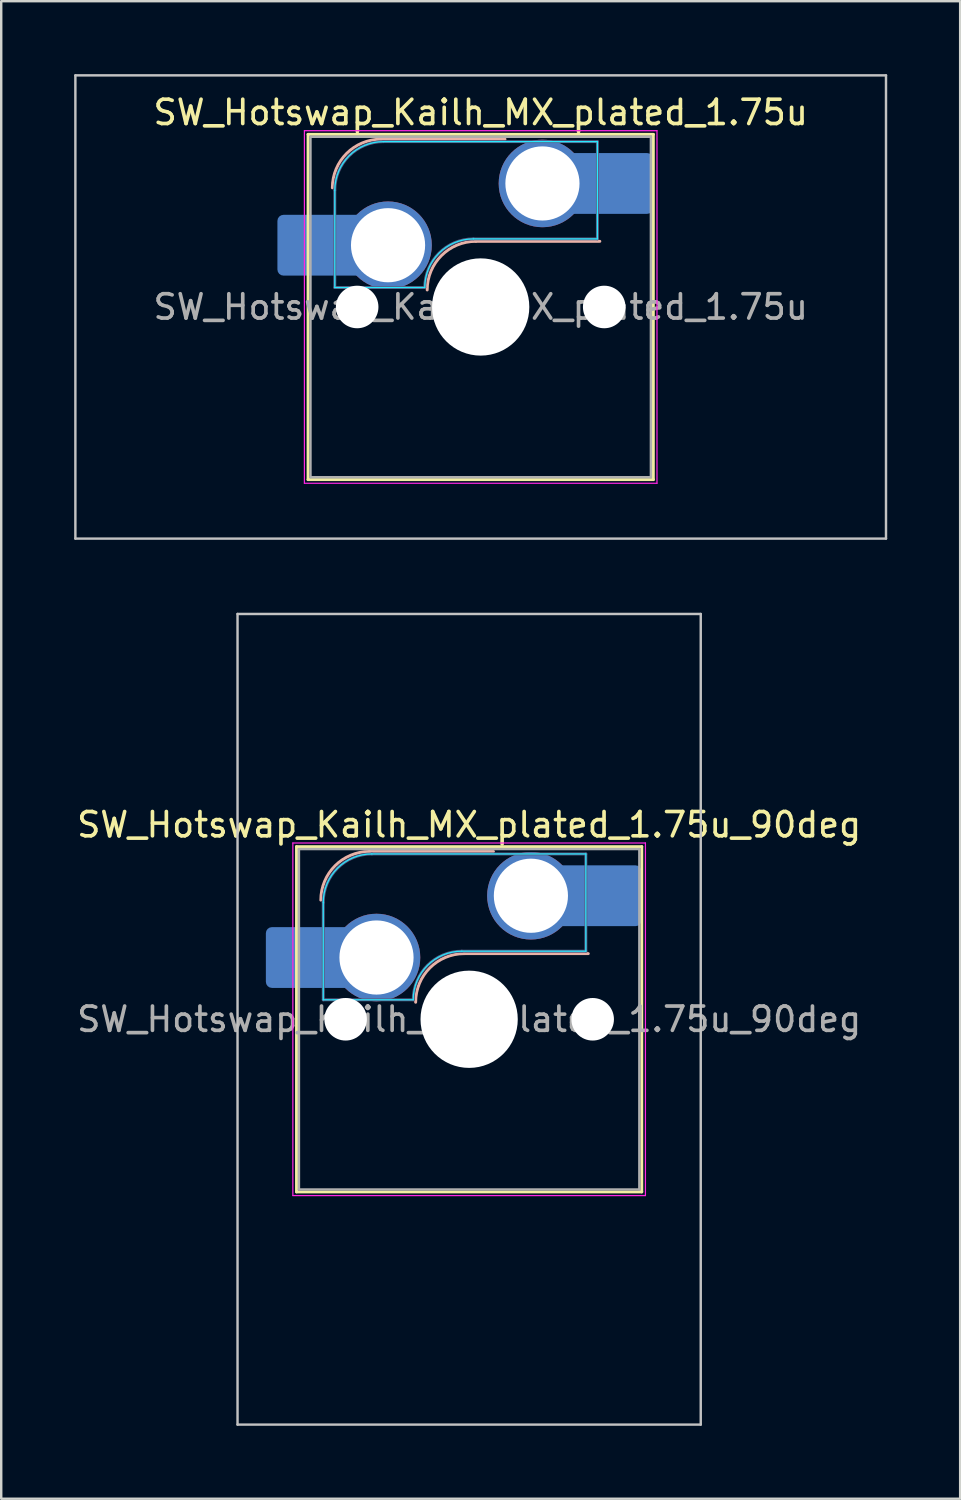
<source format=kicad_pcb>
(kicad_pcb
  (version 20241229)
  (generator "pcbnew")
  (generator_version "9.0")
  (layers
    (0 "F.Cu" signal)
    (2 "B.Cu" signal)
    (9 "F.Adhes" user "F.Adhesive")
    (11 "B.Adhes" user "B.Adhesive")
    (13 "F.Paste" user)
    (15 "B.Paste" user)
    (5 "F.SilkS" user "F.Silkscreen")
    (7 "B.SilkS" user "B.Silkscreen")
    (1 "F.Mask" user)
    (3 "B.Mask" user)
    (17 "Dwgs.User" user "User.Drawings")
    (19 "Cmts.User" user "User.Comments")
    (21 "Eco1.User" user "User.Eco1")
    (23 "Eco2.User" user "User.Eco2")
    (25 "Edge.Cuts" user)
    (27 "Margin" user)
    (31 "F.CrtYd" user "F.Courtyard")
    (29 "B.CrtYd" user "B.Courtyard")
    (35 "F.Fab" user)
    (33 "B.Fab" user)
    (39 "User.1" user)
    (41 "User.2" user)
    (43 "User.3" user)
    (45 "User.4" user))
  (footprint "SW_Hotswap_Kailh_MX_plated_1.75u_90deg"
    (layer "F.Cu")
    (at 16.244 38.869)
    (property "Reference" "SW_Hotswap_Kailh_MX_plated_1.75u_90deg" (at 0 -8 0) (layer "F.SilkS") (effects (font (size 1 1) (thickness 0.15))))
    (attr smd)
    (fp_line (start -7.1 -7.1) (end -7.1 7.1) (stroke (width 0.12) (type solid)) (layer "F.SilkS"))
    (fp_line (start -7.1 7.1) (end 7.1 7.1) (stroke (width 0.12) (type solid)) (layer "F.SilkS"))
    (fp_line (start 7.1 -7.1) (end -7.1 -7.1) (stroke (width 0.12) (type solid)) (layer "F.SilkS"))
    (fp_line (start 7.1 7.1) (end 7.1 -7.1) (stroke (width 0.12) (type solid)) (layer "F.SilkS"))
    (fp_line (start -4.1 -6.9) (end 1 -6.9) (stroke (width 0.12) (type solid)) (layer "B.SilkS"))
    (fp_line (start -0.2 -2.7) (end 4.9 -2.7) (stroke (width 0.12) (type solid)) (layer "B.SilkS"))
    (fp_arc (start -6.1 -4.9) (mid -5.514214 -6.314214) (end -4.1 -6.9) (stroke (width 0.12) (type solid)) (layer "B.SilkS"))
    (fp_arc (start -2.2 -0.7) (mid -1.614214 -2.114214) (end -0.2 -2.7) (stroke (width 0.12) (type solid)) (layer "B.SilkS"))
    (fp_line (start -9.525 -16.669) (end 9.525 -16.669) (stroke (width 0.1) (type solid)) (layer "Dwgs.User"))
    (fp_line (start -9.525 16.669) (end -9.525 -16.669) (stroke (width 0.1) (type solid)) (layer "Dwgs.User"))
    (fp_line (start 9.525 -16.669) (end 9.525 16.669) (stroke (width 0.1) (type solid)) (layer "Dwgs.User"))
    (fp_line (start 9.525 16.669) (end -9.525 16.669) (stroke (width 0.1) (type solid)) (layer "Dwgs.User"))
    (fp_line (start -7.8 -6) (end -7 -6) (stroke (width 0.1) (type solid)) (layer "Eco1.User"))
    (fp_line (start -7.8 -2.9) (end -7.8 -6) (stroke (width 0.1) (type solid)) (layer "Eco1.User"))
    (fp_line (start -7.8 2.9) (end -7 2.9) (stroke (width 0.1) (type solid)) (layer "Eco1.User"))
    (fp_line (start -7.8 6) (end -7.8 2.9) (stroke (width 0.1) (type solid)) (layer "Eco1.User"))
    (fp_line (start -7 -7) (end 7 -7) (stroke (width 0.1) (type solid)) (layer "Eco1.User"))
    (fp_line (start -7 -6) (end -7 -7) (stroke (width 0.1) (type solid)) (layer "Eco1.User"))
    (fp_line (start -7 -2.9) (end -7.8 -2.9) (stroke (width 0.1) (type solid)) (layer "Eco1.User"))
    (fp_line (start -7 2.9) (end -7 -2.9) (stroke (width 0.1) (type solid)) (layer "Eco1.User"))
    (fp_line (start -7 6) (end -7.8 6) (stroke (width 0.1) (type solid)) (layer "Eco1.User"))
    (fp_line (start -7 7) (end -7 6) (stroke (width 0.1) (type solid)) (layer "Eco1.User"))
    (fp_line (start 7 -7) (end 7 -6) (stroke (width 0.1) (type solid)) (layer "Eco1.User"))
    (fp_line (start 7 -6) (end 7.8 -6) (stroke (width 0.1) (type solid)) (layer "Eco1.User"))
    (fp_line (start 7 -2.9) (end 7 2.9) (stroke (width 0.1) (type solid)) (layer "Eco1.User"))
    (fp_line (start 7 2.9) (end 7.8 2.9) (stroke (width 0.1) (type solid)) (layer "Eco1.User"))
    (fp_line (start 7 6) (end 7 7) (stroke (width 0.1) (type solid)) (layer "Eco1.User"))
    (fp_line (start 7 7) (end -7 7) (stroke (width 0.1) (type solid)) (layer "Eco1.User"))
    (fp_line (start 7.8 -6) (end 7.8 -2.9) (stroke (width 0.1) (type solid)) (layer "Eco1.User"))
    (fp_line (start 7.8 -2.9) (end 7 -2.9) (stroke (width 0.1) (type solid)) (layer "Eco1.User"))
    (fp_line (start 7.8 2.9) (end 7.8 6) (stroke (width 0.1) (type solid)) (layer "Eco1.User"))
    (fp_line (start 7.8 6) (end 7 6) (stroke (width 0.1) (type solid)) (layer "Eco1.User"))
    (fp_line (start -6 -0.8) (end -6 -4.8) (stroke (width 0.05) (type solid)) (layer "B.CrtYd"))
    (fp_line (start -6 -0.8) (end -2.3 -0.8) (stroke (width 0.05) (type solid)) (layer "B.CrtYd"))
    (fp_line (start -4 -6.8) (end 4.8 -6.8) (stroke (width 0.05) (type solid)) (layer "B.CrtYd"))
    (fp_line (start -0.3 -2.8) (end 4.8 -2.8) (stroke (width 0.05) (type solid)) (layer "B.CrtYd"))
    (fp_line (start 4.8 -6.8) (end 4.8 -2.8) (stroke (width 0.05) (type solid)) (layer "B.CrtYd"))
    (fp_arc (start -6 -4.8) (mid -5.414214 -6.214214) (end -4 -6.8) (stroke (width 0.05) (type solid)) (layer "B.CrtYd"))
    (fp_arc (start -2.3 -0.8) (mid -1.714214 -2.214214) (end -0.3 -2.8) (stroke (width 0.05) (type solid)) (layer "B.CrtYd"))
    (fp_line (start -7.25 -7.25) (end -7.25 7.25) (stroke (width 0.05) (type solid)) (layer "F.CrtYd"))
    (fp_line (start -7.25 7.25) (end 7.25 7.25) (stroke (width 0.05) (type solid)) (layer "F.CrtYd"))
    (fp_line (start 7.25 -7.25) (end -7.25 -7.25) (stroke (width 0.05) (type solid)) (layer "F.CrtYd"))
    (fp_line (start 7.25 7.25) (end 7.25 -7.25) (stroke (width 0.05) (type solid)) (layer "F.CrtYd"))
    (fp_line (start -6 -0.8) (end -6 -4.8) (stroke (width 0.12) (type solid)) (layer "B.Fab"))
    (fp_line (start -6 -0.8) (end -2.3 -0.8) (stroke (width 0.12) (type solid)) (layer "B.Fab"))
    (fp_line (start -4 -6.8) (end 4.8 -6.8) (stroke (width 0.12) (type solid)) (layer "B.Fab"))
    (fp_line (start -0.3 -2.8) (end 4.8 -2.8) (stroke (width 0.12) (type solid)) (layer "B.Fab"))
    (fp_line (start 4.8 -6.8) (end 4.8 -2.8) (stroke (width 0.12) (type solid)) (layer "B.Fab"))
    (fp_arc (start -6 -4.8) (mid -5.414214 -6.214214) (end -4 -6.8) (stroke (width 0.12) (type solid)) (layer "B.Fab"))
    (fp_arc (start -2.3 -0.8) (mid -1.714214 -2.214214) (end -0.3 -2.8) (stroke (width 0.12) (type solid)) (layer "B.Fab"))
    (fp_line (start -7 -7) (end -7 7) (stroke (width 0.1) (type solid)) (layer "F.Fab"))
    (fp_line (start -7 7) (end 7 7) (stroke (width 0.1) (type solid)) (layer "F.Fab"))
    (fp_line (start 7 -7) (end -7 -7) (stroke (width 0.1) (type solid)) (layer "F.Fab"))
    (fp_line (start 7 7) (end 7 -7) (stroke (width 0.1) (type solid)) (layer "F.Fab"))
    (fp_text user "${REFERENCE}" (at 0 0 0) (layer "F.Fab") (effects (font (size 1 1) (thickness 0.15))))
    (pad "" smd roundrect (at -7.085 -2.54) (size 2.55 2.5) (layers "B.Mask" "B.Paste") (roundrect_rratio 0.1))
    (pad "" np_thru_hole circle (at -5.08 0) (size 1.75 1.75) (drill 1.75) (layers "*.Cu" "*.Mask"))
    (pad "" np_thru_hole circle (at 0 0) (size 4 4) (drill 4) (layers "*.Cu" "*.Mask"))
    (pad "" np_thru_hole circle (at 5.08 0) (size 1.75 1.75) (drill 1.75) (layers "*.Cu" "*.Mask"))
    (pad "" smd roundrect (at 5.842 -5.08) (size 2.55 2.5) (layers "B.Mask" "B.Paste") (roundrect_rratio 0.1))
    (pad "1" smd roundrect (at -6.585 -2.54) (size 3.55 2.5) (layers "B.Cu") (roundrect_rratio 0.1))
    (pad "1" thru_hole circle (at -3.81 -2.54) (size 3.6 3.6) (drill 3.05) (layers "*.Cu" "B.Mask"))
    (pad "2" thru_hole circle (at 2.54 -5.08) (size 3.6 3.6) (drill 3.05) (layers "*.Cu" "B.Mask"))
    (pad "2" smd roundrect (at 5.32 -5.08) (size 3.55 2.5) (layers "B.Cu") (roundrect_rratio 0.1)))
  (footprint "SW_Hotswap_Kailh_MX_plated_1.75u"
    (layer "F.Cu")
    (at 16.719 9.575)
    (property "Reference" "SW_Hotswap_Kailh_MX_plated_1.75u" (at 0 -8 0) (layer "F.SilkS") (effects (font (size 1 1) (thickness 0.15))))
    (attr smd)
    (fp_line (start -7.1 -7.1) (end -7.1 7.1) (stroke (width 0.12) (type solid)) (layer "F.SilkS"))
    (fp_line (start -7.1 7.1) (end 7.1 7.1) (stroke (width 0.12) (type solid)) (layer "F.SilkS"))
    (fp_line (start 7.1 -7.1) (end -7.1 -7.1) (stroke (width 0.12) (type solid)) (layer "F.SilkS"))
    (fp_line (start 7.1 7.1) (end 7.1 -7.1) (stroke (width 0.12) (type solid)) (layer "F.SilkS"))
    (fp_line (start -4.1 -6.9) (end 1 -6.9) (stroke (width 0.12) (type solid)) (layer "B.SilkS"))
    (fp_line (start -0.2 -2.7) (end 4.9 -2.7) (stroke (width 0.12) (type solid)) (layer "B.SilkS"))
    (fp_arc (start -6.1 -4.9) (mid -5.514214 -6.314214) (end -4.1 -6.9) (stroke (width 0.12) (type solid)) (layer "B.SilkS"))
    (fp_arc (start -2.2 -0.7) (mid -1.614214 -2.114214) (end -0.2 -2.7) (stroke (width 0.12) (type solid)) (layer "B.SilkS"))
    (fp_line (start -16.669 -9.525) (end -16.669 9.525) (stroke (width 0.1) (type solid)) (layer "Dwgs.User"))
    (fp_line (start -16.669 9.525) (end 16.669 9.525) (stroke (width 0.1) (type solid)) (layer "Dwgs.User"))
    (fp_line (start 16.669 -9.525) (end -16.669 -9.525) (stroke (width 0.1) (type solid)) (layer "Dwgs.User"))
    (fp_line (start 16.669 9.525) (end 16.669 -9.525) (stroke (width 0.1) (type solid)) (layer "Dwgs.User"))
    (fp_line (start -7.8 -6) (end -7 -6) (stroke (width 0.1) (type solid)) (layer "Eco1.User"))
    (fp_line (start -7.8 -2.9) (end -7.8 -6) (stroke (width 0.1) (type solid)) (layer "Eco1.User"))
    (fp_line (start -7.8 2.9) (end -7 2.9) (stroke (width 0.1) (type solid)) (layer "Eco1.User"))
    (fp_line (start -7.8 6) (end -7.8 2.9) (stroke (width 0.1) (type solid)) (layer "Eco1.User"))
    (fp_line (start -7 -7) (end 7 -7) (stroke (width 0.1) (type solid)) (layer "Eco1.User"))
    (fp_line (start -7 -6) (end -7 -7) (stroke (width 0.1) (type solid)) (layer "Eco1.User"))
    (fp_line (start -7 -2.9) (end -7.8 -2.9) (stroke (width 0.1) (type solid)) (layer "Eco1.User"))
    (fp_line (start -7 2.9) (end -7 -2.9) (stroke (width 0.1) (type solid)) (layer "Eco1.User"))
    (fp_line (start -7 6) (end -7.8 6) (stroke (width 0.1) (type solid)) (layer "Eco1.User"))
    (fp_line (start -7 7) (end -7 6) (stroke (width 0.1) (type solid)) (layer "Eco1.User"))
    (fp_line (start 7 -7) (end 7 -6) (stroke (width 0.1) (type solid)) (layer "Eco1.User"))
    (fp_line (start 7 -6) (end 7.8 -6) (stroke (width 0.1) (type solid)) (layer "Eco1.User"))
    (fp_line (start 7 -2.9) (end 7 2.9) (stroke (width 0.1) (type solid)) (layer "Eco1.User"))
    (fp_line (start 7 2.9) (end 7.8 2.9) (stroke (width 0.1) (type solid)) (layer "Eco1.User"))
    (fp_line (start 7 6) (end 7 7) (stroke (width 0.1) (type solid)) (layer "Eco1.User"))
    (fp_line (start 7 7) (end -7 7) (stroke (width 0.1) (type solid)) (layer "Eco1.User"))
    (fp_line (start 7.8 -6) (end 7.8 -2.9) (stroke (width 0.1) (type solid)) (layer "Eco1.User"))
    (fp_line (start 7.8 -2.9) (end 7 -2.9) (stroke (width 0.1) (type solid)) (layer "Eco1.User"))
    (fp_line (start 7.8 2.9) (end 7.8 6) (stroke (width 0.1) (type solid)) (layer "Eco1.User"))
    (fp_line (start 7.8 6) (end 7 6) (stroke (width 0.1) (type solid)) (layer "Eco1.User"))
    (fp_line (start -6 -0.8) (end -6 -4.8) (stroke (width 0.05) (type solid)) (layer "B.CrtYd"))
    (fp_line (start -6 -0.8) (end -2.3 -0.8) (stroke (width 0.05) (type solid)) (layer "B.CrtYd"))
    (fp_line (start -4 -6.8) (end 4.8 -6.8) (stroke (width 0.05) (type solid)) (layer "B.CrtYd"))
    (fp_line (start -0.3 -2.8) (end 4.8 -2.8) (stroke (width 0.05) (type solid)) (layer "B.CrtYd"))
    (fp_line (start 4.8 -6.8) (end 4.8 -2.8) (stroke (width 0.05) (type solid)) (layer "B.CrtYd"))
    (fp_arc (start -6 -4.8) (mid -5.414214 -6.214214) (end -4 -6.8) (stroke (width 0.05) (type solid)) (layer "B.CrtYd"))
    (fp_arc (start -2.3 -0.8) (mid -1.714214 -2.214214) (end -0.3 -2.8) (stroke (width 0.05) (type solid)) (layer "B.CrtYd"))
    (fp_line (start -7.25 -7.25) (end -7.25 7.25) (stroke (width 0.05) (type solid)) (layer "F.CrtYd"))
    (fp_line (start -7.25 7.25) (end 7.25 7.25) (stroke (width 0.05) (type solid)) (layer "F.CrtYd"))
    (fp_line (start 7.25 -7.25) (end -7.25 -7.25) (stroke (width 0.05) (type solid)) (layer "F.CrtYd"))
    (fp_line (start 7.25 7.25) (end 7.25 -7.25) (stroke (width 0.05) (type solid)) (layer "F.CrtYd"))
    (fp_line (start -6 -0.8) (end -6 -4.8) (stroke (width 0.12) (type solid)) (layer "B.Fab"))
    (fp_line (start -6 -0.8) (end -2.3 -0.8) (stroke (width 0.12) (type solid)) (layer "B.Fab"))
    (fp_line (start -4 -6.8) (end 4.8 -6.8) (stroke (width 0.12) (type solid)) (layer "B.Fab"))
    (fp_line (start -0.3 -2.8) (end 4.8 -2.8) (stroke (width 0.12) (type solid)) (layer "B.Fab"))
    (fp_line (start 4.8 -6.8) (end 4.8 -2.8) (stroke (width 0.12) (type solid)) (layer "B.Fab"))
    (fp_arc (start -6 -4.8) (mid -5.414214 -6.214214) (end -4 -6.8) (stroke (width 0.12) (type solid)) (layer "B.Fab"))
    (fp_arc (start -2.3 -0.8) (mid -1.714214 -2.214214) (end -0.3 -2.8) (stroke (width 0.12) (type solid)) (layer "B.Fab"))
    (fp_line (start -7 -7) (end -7 7) (stroke (width 0.1) (type solid)) (layer "F.Fab"))
    (fp_line (start -7 7) (end 7 7) (stroke (width 0.1) (type solid)) (layer "F.Fab"))
    (fp_line (start 7 -7) (end -7 -7) (stroke (width 0.1) (type solid)) (layer "F.Fab"))
    (fp_line (start 7 7) (end 7 -7) (stroke (width 0.1) (type solid)) (layer "F.Fab"))
    (fp_text user "${REFERENCE}" (at 0 0 0) (layer "F.Fab") (effects (font (size 1 1) (thickness 0.15))))
    (pad "" smd roundrect (at -7.085 -2.54) (size 2.55 2.5) (layers "B.Mask" "B.Paste") (roundrect_rratio 0.1))
    (pad "" np_thru_hole circle (at -5.08 0) (size 1.75 1.75) (drill 1.75) (layers "*.Cu" "*.Mask"))
    (pad "" np_thru_hole circle (at 0 0) (size 4 4) (drill 4) (layers "*.Cu" "*.Mask"))
    (pad "" np_thru_hole circle (at 5.08 0) (size 1.75 1.75) (drill 1.75) (layers "*.Cu" "*.Mask"))
    (pad "" smd roundrect (at 5.842 -5.08) (size 2.55 2.5) (layers "B.Mask" "B.Paste") (roundrect_rratio 0.1))
    (pad "1" smd roundrect (at -6.585 -2.54) (size 3.55 2.5) (layers "B.Cu") (roundrect_rratio 0.1))
    (pad "1" thru_hole circle (at -3.81 -2.54) (size 3.6 3.6) (drill 3.05) (layers "*.Cu" "B.Mask"))
    (pad "2" thru_hole circle (at 2.54 -5.08) (size 3.6 3.6) (drill 3.05) (layers "*.Cu" "B.Mask"))
    (pad "2" smd roundrect (at 5.32 -5.08) (size 3.55 2.5) (layers "B.Cu") (roundrect_rratio 0.1)))
  (gr_rect
    (start -3 -3)
    (end 36.438 58.587)
    (stroke (width 0.1) (type default))
    (fill no)
    (layer "Edge.Cuts")))
</source>
